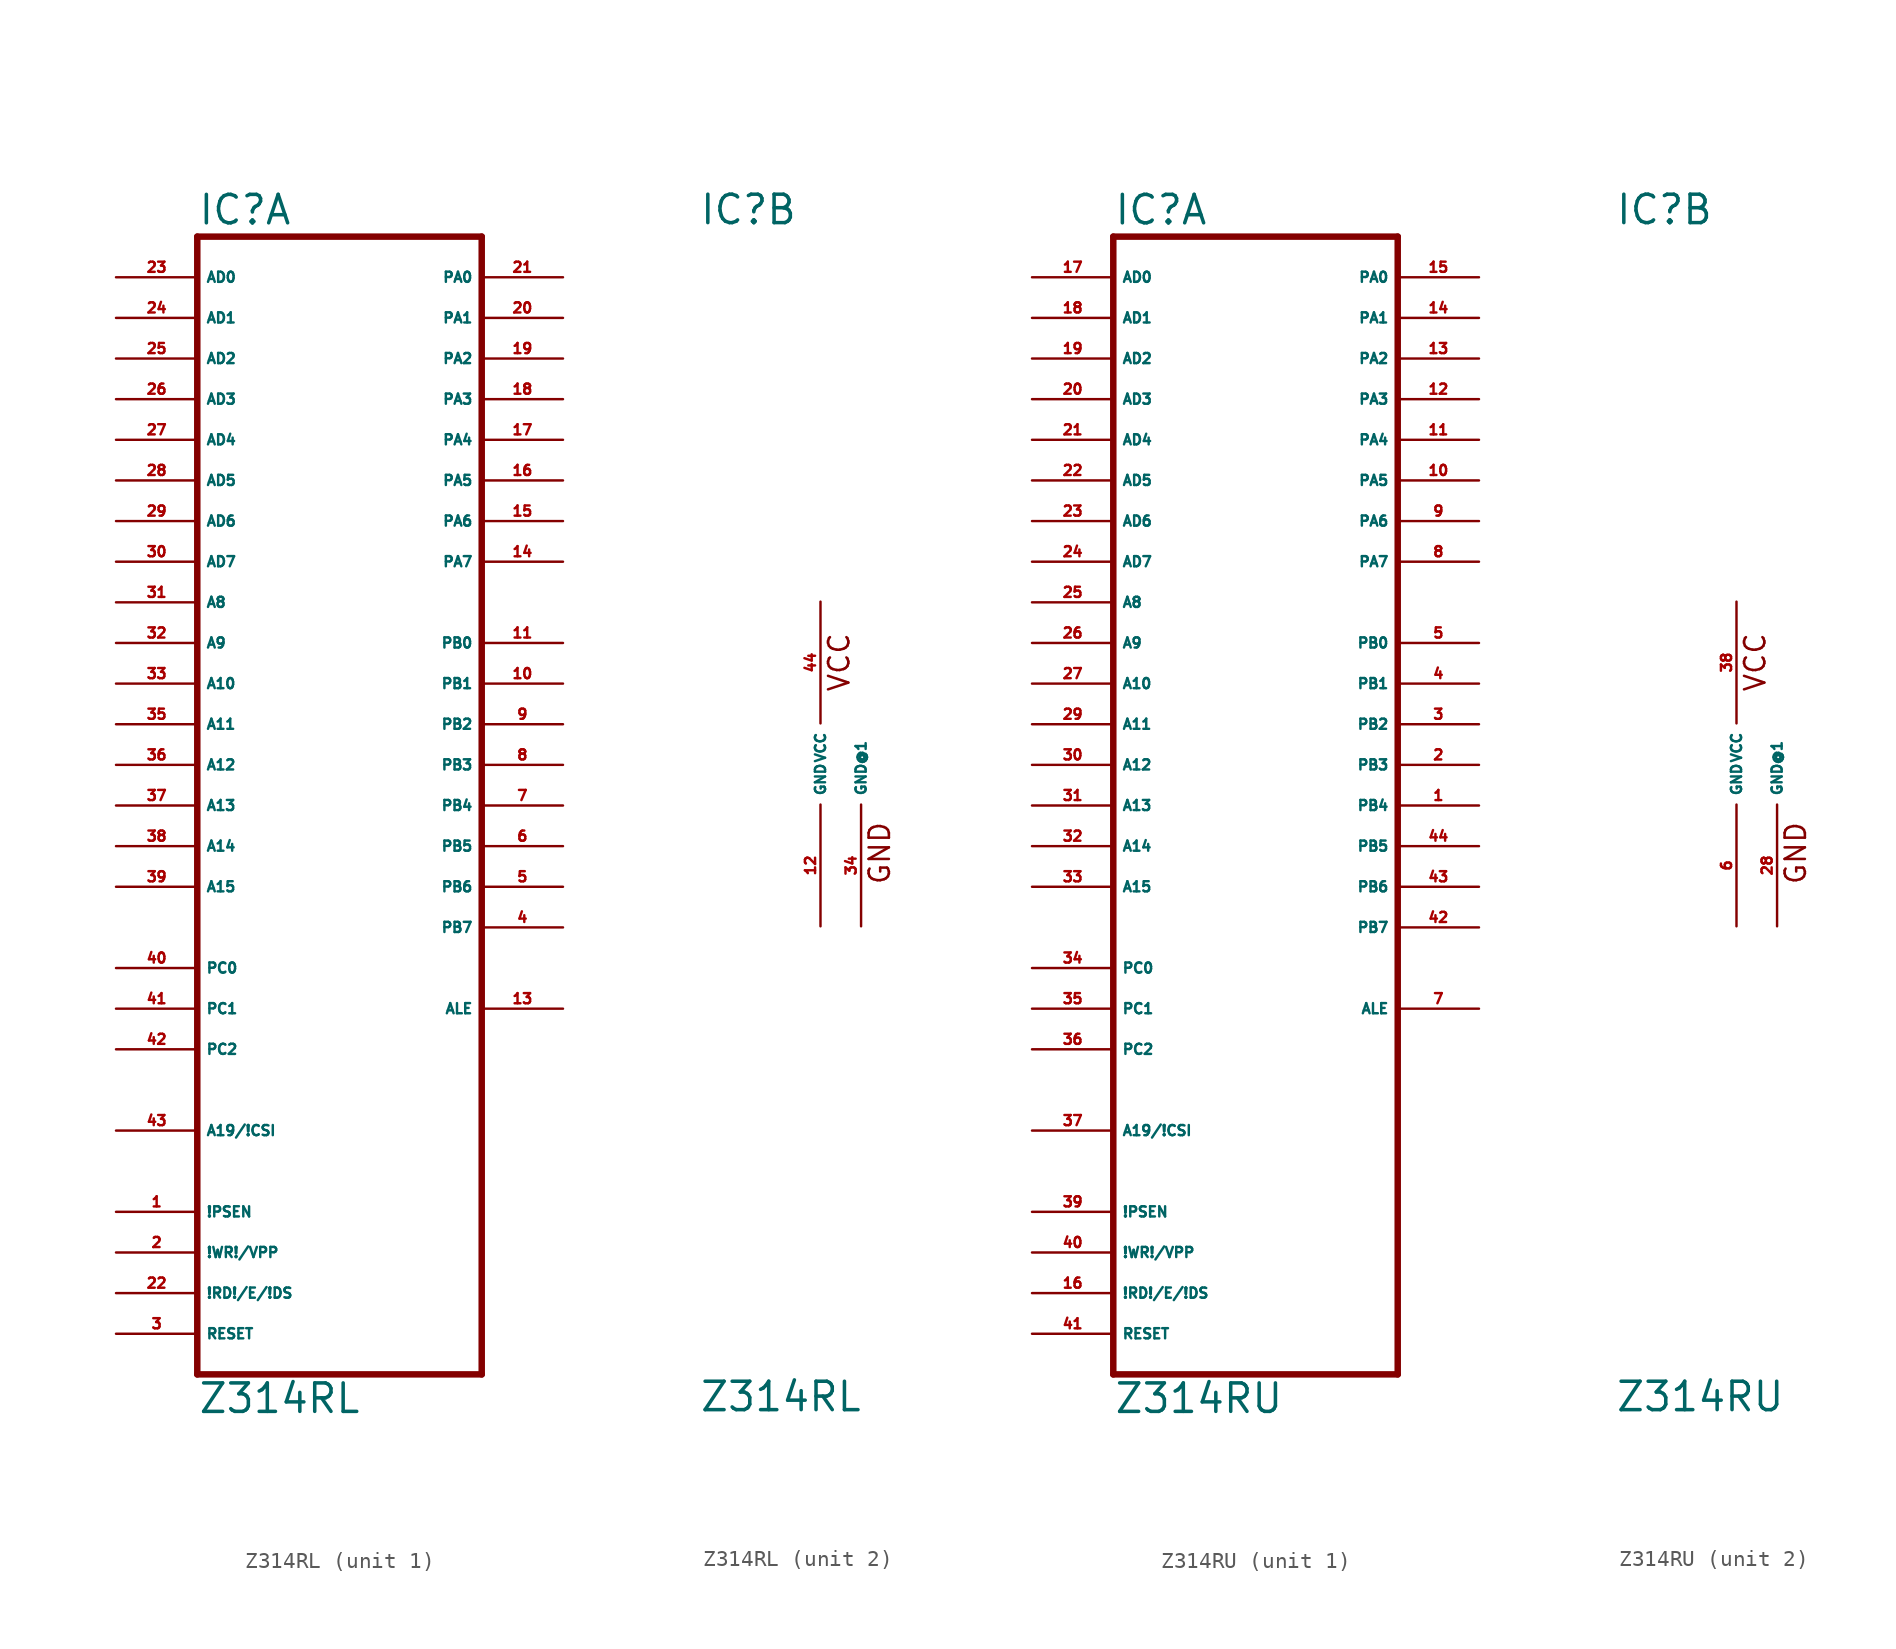
<source format=kicad_sym>
(kicad_symbol_lib
  (version 20220914)
  (generator Eagle2Kicad)
  (symbol "Z314RL"
    (property "Reference" "IC"
      (at -7.62 33.655 0)
      (effects (font (size 1.778 1.778) (thickness 0.22)) (justify left bottom)))
    (property "Value" "Z314RL"
      (at -7.62 -40.64 0)
      (effects (font (size 1.778 1.778) (thickness 0.22)) (justify left bottom)))
    (symbol "Z314RL_1_0"
      (polyline (pts (xy -7.62 -38.1) (xy 10.16 -38.1)) (stroke (width 0.406) (type default)) (fill (type none)))
      (polyline (pts (xy 10.16 -38.1) (xy 10.16 33.02)) (stroke (width 0.406) (type default)) (fill (type none)))
      (polyline (pts (xy 10.16 33.02) (xy -7.62 33.02)) (stroke (width 0.406) (type default)) (fill (type none)))
      (polyline (pts (xy -7.62 33.02) (xy -7.62 -38.1)) (stroke (width 0.406) (type default)) (fill (type none)))
      (pin input line (at -12.7 30.48 0) (length 5.08) (name "AD0" (effects (font (size 0.635 0.635) (thickness 0.08)) (justify left bottom))) (number "23" (effects (font (size 0.635 0.635) (thickness 0.08)) (justify left bottom))))
      (pin input line (at -12.7 27.94 0) (length 5.08) (name "AD1" (effects (font (size 0.635 0.635) (thickness 0.08)) (justify left bottom))) (number "24" (effects (font (size 0.635 0.635) (thickness 0.08)) (justify left bottom))))
      (pin input line (at -12.7 25.4 0) (length 5.08) (name "AD2" (effects (font (size 0.635 0.635) (thickness 0.08)) (justify left bottom))) (number "25" (effects (font (size 0.635 0.635) (thickness 0.08)) (justify left bottom))))
      (pin input line (at -12.7 22.86 0) (length 5.08) (name "AD3" (effects (font (size 0.635 0.635) (thickness 0.08)) (justify left bottom))) (number "26" (effects (font (size 0.635 0.635) (thickness 0.08)) (justify left bottom))))
      (pin input line (at -12.7 20.32 0) (length 5.08) (name "AD4" (effects (font (size 0.635 0.635) (thickness 0.08)) (justify left bottom))) (number "27" (effects (font (size 0.635 0.635) (thickness 0.08)) (justify left bottom))))
      (pin input line (at -12.7 17.78 0) (length 5.08) (name "AD5" (effects (font (size 0.635 0.635) (thickness 0.08)) (justify left bottom))) (number "28" (effects (font (size 0.635 0.635) (thickness 0.08)) (justify left bottom))))
      (pin input line (at -12.7 15.24 0) (length 5.08) (name "AD6" (effects (font (size 0.635 0.635) (thickness 0.08)) (justify left bottom))) (number "29" (effects (font (size 0.635 0.635) (thickness 0.08)) (justify left bottom))))
      (pin input line (at -12.7 12.7 0) (length 5.08) (name "AD7" (effects (font (size 0.635 0.635) (thickness 0.08)) (justify left bottom))) (number "30" (effects (font (size 0.635 0.635) (thickness 0.08)) (justify left bottom))))
      (pin input line (at -12.7 10.16 0) (length 5.08) (name "A8" (effects (font (size 0.635 0.635) (thickness 0.08)) (justify left bottom))) (number "31" (effects (font (size 0.635 0.635) (thickness 0.08)) (justify left bottom))))
      (pin input line (at -12.7 7.62 0) (length 5.08) (name "A9" (effects (font (size 0.635 0.635) (thickness 0.08)) (justify left bottom))) (number "32" (effects (font (size 0.635 0.635) (thickness 0.08)) (justify left bottom))))
      (pin input line (at -12.7 5.08 0) (length 5.08) (name "A10" (effects (font (size 0.635 0.635) (thickness 0.08)) (justify left bottom))) (number "33" (effects (font (size 0.635 0.635) (thickness 0.08)) (justify left bottom))))
      (pin input line (at -12.7 2.54 0) (length 5.08) (name "A11" (effects (font (size 0.635 0.635) (thickness 0.08)) (justify left bottom))) (number "35" (effects (font (size 0.635 0.635) (thickness 0.08)) (justify left bottom))))
      (pin input line (at -12.7 0 0) (length 5.08) (name "A12" (effects (font (size 0.635 0.635) (thickness 0.08)) (justify left bottom))) (number "36" (effects (font (size 0.635 0.635) (thickness 0.08)) (justify left bottom))))
      (pin input line (at -12.7 -2.54 0) (length 5.08) (name "A13" (effects (font (size 0.635 0.635) (thickness 0.08)) (justify left bottom))) (number "37" (effects (font (size 0.635 0.635) (thickness 0.08)) (justify left bottom))))
      (pin input line (at -12.7 -5.08 0) (length 5.08) (name "A14" (effects (font (size 0.635 0.635) (thickness 0.08)) (justify left bottom))) (number "38" (effects (font (size 0.635 0.635) (thickness 0.08)) (justify left bottom))))
      (pin input line (at -12.7 -7.62 0) (length 5.08) (name "A15" (effects (font (size 0.635 0.635) (thickness 0.08)) (justify left bottom))) (number "39" (effects (font (size 0.635 0.635) (thickness 0.08)) (justify left bottom))))
      (pin input line (at -12.7 -12.7 0) (length 5.08) (name "PC0" (effects (font (size 0.635 0.635) (thickness 0.08)) (justify left bottom))) (number "40" (effects (font (size 0.635 0.635) (thickness 0.08)) (justify left bottom))))
      (pin input line (at -12.7 -15.24 0) (length 5.08) (name "PC1" (effects (font (size 0.635 0.635) (thickness 0.08)) (justify left bottom))) (number "41" (effects (font (size 0.635 0.635) (thickness 0.08)) (justify left bottom))))
      (pin input line (at -12.7 -17.78 0) (length 5.08) (name "PC2" (effects (font (size 0.635 0.635) (thickness 0.08)) (justify left bottom))) (number "42" (effects (font (size 0.635 0.635) (thickness 0.08)) (justify left bottom))))
      (pin input line (at -12.7 -22.86 0) (length 5.08) (name "A19/!CSI" (effects (font (size 0.635 0.635) (thickness 0.08)) (justify left bottom))) (number "43" (effects (font (size 0.635 0.635) (thickness 0.08)) (justify left bottom))))
      (pin bidirectional line (at 15.24 30.48 180) (length 5.08) (name "PA0" (effects (font (size 0.635 0.635) (thickness 0.08)) (justify left bottom))) (number "21" (effects (font (size 0.635 0.635) (thickness 0.08)) (justify left bottom))))
      (pin bidirectional line (at 15.24 27.94 180) (length 5.08) (name "PA1" (effects (font (size 0.635 0.635) (thickness 0.08)) (justify left bottom))) (number "20" (effects (font (size 0.635 0.635) (thickness 0.08)) (justify left bottom))))
      (pin bidirectional line (at 15.24 25.4 180) (length 5.08) (name "PA2" (effects (font (size 0.635 0.635) (thickness 0.08)) (justify left bottom))) (number "19" (effects (font (size 0.635 0.635) (thickness 0.08)) (justify left bottom))))
      (pin bidirectional line (at 15.24 22.86 180) (length 5.08) (name "PA3" (effects (font (size 0.635 0.635) (thickness 0.08)) (justify left bottom))) (number "18" (effects (font (size 0.635 0.635) (thickness 0.08)) (justify left bottom))))
      (pin bidirectional line (at 15.24 20.32 180) (length 5.08) (name "PA4" (effects (font (size 0.635 0.635) (thickness 0.08)) (justify left bottom))) (number "17" (effects (font (size 0.635 0.635) (thickness 0.08)) (justify left bottom))))
      (pin bidirectional line (at 15.24 17.78 180) (length 5.08) (name "PA5" (effects (font (size 0.635 0.635) (thickness 0.08)) (justify left bottom))) (number "16" (effects (font (size 0.635 0.635) (thickness 0.08)) (justify left bottom))))
      (pin bidirectional line (at 15.24 15.24 180) (length 5.08) (name "PA6" (effects (font (size 0.635 0.635) (thickness 0.08)) (justify left bottom))) (number "15" (effects (font (size 0.635 0.635) (thickness 0.08)) (justify left bottom))))
      (pin bidirectional line (at 15.24 12.7 180) (length 5.08) (name "PA7" (effects (font (size 0.635 0.635) (thickness 0.08)) (justify left bottom))) (number "14" (effects (font (size 0.635 0.635) (thickness 0.08)) (justify left bottom))))
      (pin output line (at 15.24 7.62 180) (length 5.08) (name "PB0" (effects (font (size 0.635 0.635) (thickness 0.08)) (justify left bottom))) (number "11" (effects (font (size 0.635 0.635) (thickness 0.08)) (justify left bottom))))
      (pin output line (at 15.24 5.08 180) (length 5.08) (name "PB1" (effects (font (size 0.635 0.635) (thickness 0.08)) (justify left bottom))) (number "10" (effects (font (size 0.635 0.635) (thickness 0.08)) (justify left bottom))))
      (pin output line (at 15.24 2.54 180) (length 5.08) (name "PB2" (effects (font (size 0.635 0.635) (thickness 0.08)) (justify left bottom))) (number "9" (effects (font (size 0.635 0.635) (thickness 0.08)) (justify left bottom))))
      (pin output line (at 15.24 0 180) (length 5.08) (name "PB3" (effects (font (size 0.635 0.635) (thickness 0.08)) (justify left bottom))) (number "8" (effects (font (size 0.635 0.635) (thickness 0.08)) (justify left bottom))))
      (pin output line (at 15.24 -2.54 180) (length 5.08) (name "PB4" (effects (font (size 0.635 0.635) (thickness 0.08)) (justify left bottom))) (number "7" (effects (font (size 0.635 0.635) (thickness 0.08)) (justify left bottom))))
      (pin output line (at 15.24 -5.08 180) (length 5.08) (name "PB5" (effects (font (size 0.635 0.635) (thickness 0.08)) (justify left bottom))) (number "6" (effects (font (size 0.635 0.635) (thickness 0.08)) (justify left bottom))))
      (pin output line (at 15.24 -7.62 180) (length 5.08) (name "PB6" (effects (font (size 0.635 0.635) (thickness 0.08)) (justify left bottom))) (number "5" (effects (font (size 0.635 0.635) (thickness 0.08)) (justify left bottom))))
      (pin output line (at 15.24 -10.16 180) (length 5.08) (name "PB7" (effects (font (size 0.635 0.635) (thickness 0.08)) (justify left bottom))) (number "4" (effects (font (size 0.635 0.635) (thickness 0.08)) (justify left bottom))))
      (pin output line (at 15.24 -15.24 180) (length 5.08) (name "ALE" (effects (font (size 0.635 0.635) (thickness 0.08)) (justify left bottom))) (number "13" (effects (font (size 0.635 0.635) (thickness 0.08)) (justify left bottom))))
      (pin input line (at -12.7 -27.94 0) (length 5.08) (name "!PSEN" (effects (font (size 0.635 0.635) (thickness 0.08)) (justify left bottom))) (number "1" (effects (font (size 0.635 0.635) (thickness 0.08)) (justify left bottom))))
      (pin input line (at -12.7 -30.48 0) (length 5.08) (name "!WR!/VPP" (effects (font (size 0.635 0.635) (thickness 0.08)) (justify left bottom))) (number "2" (effects (font (size 0.635 0.635) (thickness 0.08)) (justify left bottom))))
      (pin input line (at -12.7 -33.02 0) (length 5.08) (name "!RD!/E/!DS" (effects (font (size 0.635 0.635) (thickness 0.08)) (justify left bottom))) (number "22" (effects (font (size 0.635 0.635) (thickness 0.08)) (justify left bottom))))
      (pin input line (at -12.7 -35.56 0) (length 5.08) (name "RESET" (effects (font (size 0.635 0.635) (thickness 0.08)) (justify left bottom))) (number "3" (effects (font (size 0.635 0.635) (thickness 0.08)) (justify left bottom)))))
    (symbol "Z314RL_2_0"
      (text "VCC" (at 1.905 4.445 900) (effects (font (size 1.27 1.27) (thickness 0.16)) (justify left bottom)))
      (text "GND" (at 4.445 -7.62 900) (effects (font (size 1.27 1.27) (thickness 0.16)) (justify left bottom)))
      (pin unspecified line (at 0 10.16 270) (length 7.62) (name "VCC" (effects (font (size 0.635 0.635) (thickness 0.08)) (justify left bottom))) (number "44" (effects (font (size 0.635 0.635) (thickness 0.08)) (justify left bottom))))
      (pin unspecified line (at 0 -10.16 90) (length 7.62) (name "GND" (effects (font (size 0.635 0.635) (thickness 0.08)) (justify left bottom))) (number "12" (effects (font (size 0.635 0.635) (thickness 0.08)) (justify left bottom))))
      (pin unspecified line (at 2.54 -10.16 90) (length 7.62) (name "GND@1" (effects (font (size 0.635 0.635) (thickness 0.08)) (justify left bottom))) (number "34" (effects (font (size 0.635 0.635) (thickness 0.08)) (justify left bottom))))))
  (symbol "Z314RU"
    (property "Reference" "IC"
      (at -7.62 33.655 0)
      (effects (font (size 1.778 1.778) (thickness 0.22)) (justify left bottom)))
    (property "Value" "Z314RU"
      (at -7.62 -40.64 0)
      (effects (font (size 1.778 1.778) (thickness 0.22)) (justify left bottom)))
    (symbol "Z314RU_1_0"
      (polyline (pts (xy -7.62 -38.1) (xy 10.16 -38.1)) (stroke (width 0.406) (type default)) (fill (type none)))
      (polyline (pts (xy 10.16 -38.1) (xy 10.16 33.02)) (stroke (width 0.406) (type default)) (fill (type none)))
      (polyline (pts (xy 10.16 33.02) (xy -7.62 33.02)) (stroke (width 0.406) (type default)) (fill (type none)))
      (polyline (pts (xy -7.62 33.02) (xy -7.62 -38.1)) (stroke (width 0.406) (type default)) (fill (type none)))
      (pin input line (at -12.7 30.48 0) (length 5.08) (name "AD0" (effects (font (size 0.635 0.635) (thickness 0.08)) (justify left bottom))) (number "17" (effects (font (size 0.635 0.635) (thickness 0.08)) (justify left bottom))))
      (pin input line (at -12.7 27.94 0) (length 5.08) (name "AD1" (effects (font (size 0.635 0.635) (thickness 0.08)) (justify left bottom))) (number "18" (effects (font (size 0.635 0.635) (thickness 0.08)) (justify left bottom))))
      (pin input line (at -12.7 25.4 0) (length 5.08) (name "AD2" (effects (font (size 0.635 0.635) (thickness 0.08)) (justify left bottom))) (number "19" (effects (font (size 0.635 0.635) (thickness 0.08)) (justify left bottom))))
      (pin input line (at -12.7 22.86 0) (length 5.08) (name "AD3" (effects (font (size 0.635 0.635) (thickness 0.08)) (justify left bottom))) (number "20" (effects (font (size 0.635 0.635) (thickness 0.08)) (justify left bottom))))
      (pin input line (at -12.7 20.32 0) (length 5.08) (name "AD4" (effects (font (size 0.635 0.635) (thickness 0.08)) (justify left bottom))) (number "21" (effects (font (size 0.635 0.635) (thickness 0.08)) (justify left bottom))))
      (pin input line (at -12.7 17.78 0) (length 5.08) (name "AD5" (effects (font (size 0.635 0.635) (thickness 0.08)) (justify left bottom))) (number "22" (effects (font (size 0.635 0.635) (thickness 0.08)) (justify left bottom))))
      (pin input line (at -12.7 15.24 0) (length 5.08) (name "AD6" (effects (font (size 0.635 0.635) (thickness 0.08)) (justify left bottom))) (number "23" (effects (font (size 0.635 0.635) (thickness 0.08)) (justify left bottom))))
      (pin input line (at -12.7 12.7 0) (length 5.08) (name "AD7" (effects (font (size 0.635 0.635) (thickness 0.08)) (justify left bottom))) (number "24" (effects (font (size 0.635 0.635) (thickness 0.08)) (justify left bottom))))
      (pin input line (at -12.7 10.16 0) (length 5.08) (name "A8" (effects (font (size 0.635 0.635) (thickness 0.08)) (justify left bottom))) (number "25" (effects (font (size 0.635 0.635) (thickness 0.08)) (justify left bottom))))
      (pin input line (at -12.7 7.62 0) (length 5.08) (name "A9" (effects (font (size 0.635 0.635) (thickness 0.08)) (justify left bottom))) (number "26" (effects (font (size 0.635 0.635) (thickness 0.08)) (justify left bottom))))
      (pin input line (at -12.7 5.08 0) (length 5.08) (name "A10" (effects (font (size 0.635 0.635) (thickness 0.08)) (justify left bottom))) (number "27" (effects (font (size 0.635 0.635) (thickness 0.08)) (justify left bottom))))
      (pin input line (at -12.7 2.54 0) (length 5.08) (name "A11" (effects (font (size 0.635 0.635) (thickness 0.08)) (justify left bottom))) (number "29" (effects (font (size 0.635 0.635) (thickness 0.08)) (justify left bottom))))
      (pin input line (at -12.7 0 0) (length 5.08) (name "A12" (effects (font (size 0.635 0.635) (thickness 0.08)) (justify left bottom))) (number "30" (effects (font (size 0.635 0.635) (thickness 0.08)) (justify left bottom))))
      (pin input line (at -12.7 -2.54 0) (length 5.08) (name "A13" (effects (font (size 0.635 0.635) (thickness 0.08)) (justify left bottom))) (number "31" (effects (font (size 0.635 0.635) (thickness 0.08)) (justify left bottom))))
      (pin input line (at -12.7 -5.08 0) (length 5.08) (name "A14" (effects (font (size 0.635 0.635) (thickness 0.08)) (justify left bottom))) (number "32" (effects (font (size 0.635 0.635) (thickness 0.08)) (justify left bottom))))
      (pin input line (at -12.7 -7.62 0) (length 5.08) (name "A15" (effects (font (size 0.635 0.635) (thickness 0.08)) (justify left bottom))) (number "33" (effects (font (size 0.635 0.635) (thickness 0.08)) (justify left bottom))))
      (pin input line (at -12.7 -12.7 0) (length 5.08) (name "PC0" (effects (font (size 0.635 0.635) (thickness 0.08)) (justify left bottom))) (number "34" (effects (font (size 0.635 0.635) (thickness 0.08)) (justify left bottom))))
      (pin input line (at -12.7 -15.24 0) (length 5.08) (name "PC1" (effects (font (size 0.635 0.635) (thickness 0.08)) (justify left bottom))) (number "35" (effects (font (size 0.635 0.635) (thickness 0.08)) (justify left bottom))))
      (pin input line (at -12.7 -17.78 0) (length 5.08) (name "PC2" (effects (font (size 0.635 0.635) (thickness 0.08)) (justify left bottom))) (number "36" (effects (font (size 0.635 0.635) (thickness 0.08)) (justify left bottom))))
      (pin input line (at -12.7 -22.86 0) (length 5.08) (name "A19/!CSI" (effects (font (size 0.635 0.635) (thickness 0.08)) (justify left bottom))) (number "37" (effects (font (size 0.635 0.635) (thickness 0.08)) (justify left bottom))))
      (pin bidirectional line (at 15.24 30.48 180) (length 5.08) (name "PA0" (effects (font (size 0.635 0.635) (thickness 0.08)) (justify left bottom))) (number "15" (effects (font (size 0.635 0.635) (thickness 0.08)) (justify left bottom))))
      (pin bidirectional line (at 15.24 27.94 180) (length 5.08) (name "PA1" (effects (font (size 0.635 0.635) (thickness 0.08)) (justify left bottom))) (number "14" (effects (font (size 0.635 0.635) (thickness 0.08)) (justify left bottom))))
      (pin bidirectional line (at 15.24 25.4 180) (length 5.08) (name "PA2" (effects (font (size 0.635 0.635) (thickness 0.08)) (justify left bottom))) (number "13" (effects (font (size 0.635 0.635) (thickness 0.08)) (justify left bottom))))
      (pin bidirectional line (at 15.24 22.86 180) (length 5.08) (name "PA3" (effects (font (size 0.635 0.635) (thickness 0.08)) (justify left bottom))) (number "12" (effects (font (size 0.635 0.635) (thickness 0.08)) (justify left bottom))))
      (pin bidirectional line (at 15.24 20.32 180) (length 5.08) (name "PA4" (effects (font (size 0.635 0.635) (thickness 0.08)) (justify left bottom))) (number "11" (effects (font (size 0.635 0.635) (thickness 0.08)) (justify left bottom))))
      (pin bidirectional line (at 15.24 17.78 180) (length 5.08) (name "PA5" (effects (font (size 0.635 0.635) (thickness 0.08)) (justify left bottom))) (number "10" (effects (font (size 0.635 0.635) (thickness 0.08)) (justify left bottom))))
      (pin bidirectional line (at 15.24 15.24 180) (length 5.08) (name "PA6" (effects (font (size 0.635 0.635) (thickness 0.08)) (justify left bottom))) (number "9" (effects (font (size 0.635 0.635) (thickness 0.08)) (justify left bottom))))
      (pin bidirectional line (at 15.24 12.7 180) (length 5.08) (name "PA7" (effects (font (size 0.635 0.635) (thickness 0.08)) (justify left bottom))) (number "8" (effects (font (size 0.635 0.635) (thickness 0.08)) (justify left bottom))))
      (pin output line (at 15.24 7.62 180) (length 5.08) (name "PB0" (effects (font (size 0.635 0.635) (thickness 0.08)) (justify left bottom))) (number "5" (effects (font (size 0.635 0.635) (thickness 0.08)) (justify left bottom))))
      (pin output line (at 15.24 5.08 180) (length 5.08) (name "PB1" (effects (font (size 0.635 0.635) (thickness 0.08)) (justify left bottom))) (number "4" (effects (font (size 0.635 0.635) (thickness 0.08)) (justify left bottom))))
      (pin output line (at 15.24 2.54 180) (length 5.08) (name "PB2" (effects (font (size 0.635 0.635) (thickness 0.08)) (justify left bottom))) (number "3" (effects (font (size 0.635 0.635) (thickness 0.08)) (justify left bottom))))
      (pin output line (at 15.24 0 180) (length 5.08) (name "PB3" (effects (font (size 0.635 0.635) (thickness 0.08)) (justify left bottom))) (number "2" (effects (font (size 0.635 0.635) (thickness 0.08)) (justify left bottom))))
      (pin output line (at 15.24 -2.54 180) (length 5.08) (name "PB4" (effects (font (size 0.635 0.635) (thickness 0.08)) (justify left bottom))) (number "1" (effects (font (size 0.635 0.635) (thickness 0.08)) (justify left bottom))))
      (pin output line (at 15.24 -5.08 180) (length 5.08) (name "PB5" (effects (font (size 0.635 0.635) (thickness 0.08)) (justify left bottom))) (number "44" (effects (font (size 0.635 0.635) (thickness 0.08)) (justify left bottom))))
      (pin output line (at 15.24 -7.62 180) (length 5.08) (name "PB6" (effects (font (size 0.635 0.635) (thickness 0.08)) (justify left bottom))) (number "43" (effects (font (size 0.635 0.635) (thickness 0.08)) (justify left bottom))))
      (pin output line (at 15.24 -10.16 180) (length 5.08) (name "PB7" (effects (font (size 0.635 0.635) (thickness 0.08)) (justify left bottom))) (number "42" (effects (font (size 0.635 0.635) (thickness 0.08)) (justify left bottom))))
      (pin output line (at 15.24 -15.24 180) (length 5.08) (name "ALE" (effects (font (size 0.635 0.635) (thickness 0.08)) (justify left bottom))) (number "7" (effects (font (size 0.635 0.635) (thickness 0.08)) (justify left bottom))))
      (pin input line (at -12.7 -27.94 0) (length 5.08) (name "!PSEN" (effects (font (size 0.635 0.635) (thickness 0.08)) (justify left bottom))) (number "39" (effects (font (size 0.635 0.635) (thickness 0.08)) (justify left bottom))))
      (pin input line (at -12.7 -30.48 0) (length 5.08) (name "!WR!/VPP" (effects (font (size 0.635 0.635) (thickness 0.08)) (justify left bottom))) (number "40" (effects (font (size 0.635 0.635) (thickness 0.08)) (justify left bottom))))
      (pin input line (at -12.7 -33.02 0) (length 5.08) (name "!RD!/E/!DS" (effects (font (size 0.635 0.635) (thickness 0.08)) (justify left bottom))) (number "16" (effects (font (size 0.635 0.635) (thickness 0.08)) (justify left bottom))))
      (pin input line (at -12.7 -35.56 0) (length 5.08) (name "RESET" (effects (font (size 0.635 0.635) (thickness 0.08)) (justify left bottom))) (number "41" (effects (font (size 0.635 0.635) (thickness 0.08)) (justify left bottom)))))
    (symbol "Z314RU_2_0"
      (text "VCC" (at 1.905 4.445 900) (effects (font (size 1.27 1.27) (thickness 0.16)) (justify left bottom)))
      (text "GND" (at 4.445 -7.62 900) (effects (font (size 1.27 1.27) (thickness 0.16)) (justify left bottom)))
      (pin unspecified line (at 0 10.16 270) (length 7.62) (name "VCC" (effects (font (size 0.635 0.635) (thickness 0.08)) (justify left bottom))) (number "38" (effects (font (size 0.635 0.635) (thickness 0.08)) (justify left bottom))))
      (pin unspecified line (at 0 -10.16 90) (length 7.62) (name "GND" (effects (font (size 0.635 0.635) (thickness 0.08)) (justify left bottom))) (number "6" (effects (font (size 0.635 0.635) (thickness 0.08)) (justify left bottom))))
      (pin unspecified line (at 2.54 -10.16 90) (length 7.62) (name "GND@1" (effects (font (size 0.635 0.635) (thickness 0.08)) (justify left bottom))) (number "28" (effects (font (size 0.635 0.635) (thickness 0.08)) (justify left bottom)))))))
</source>
